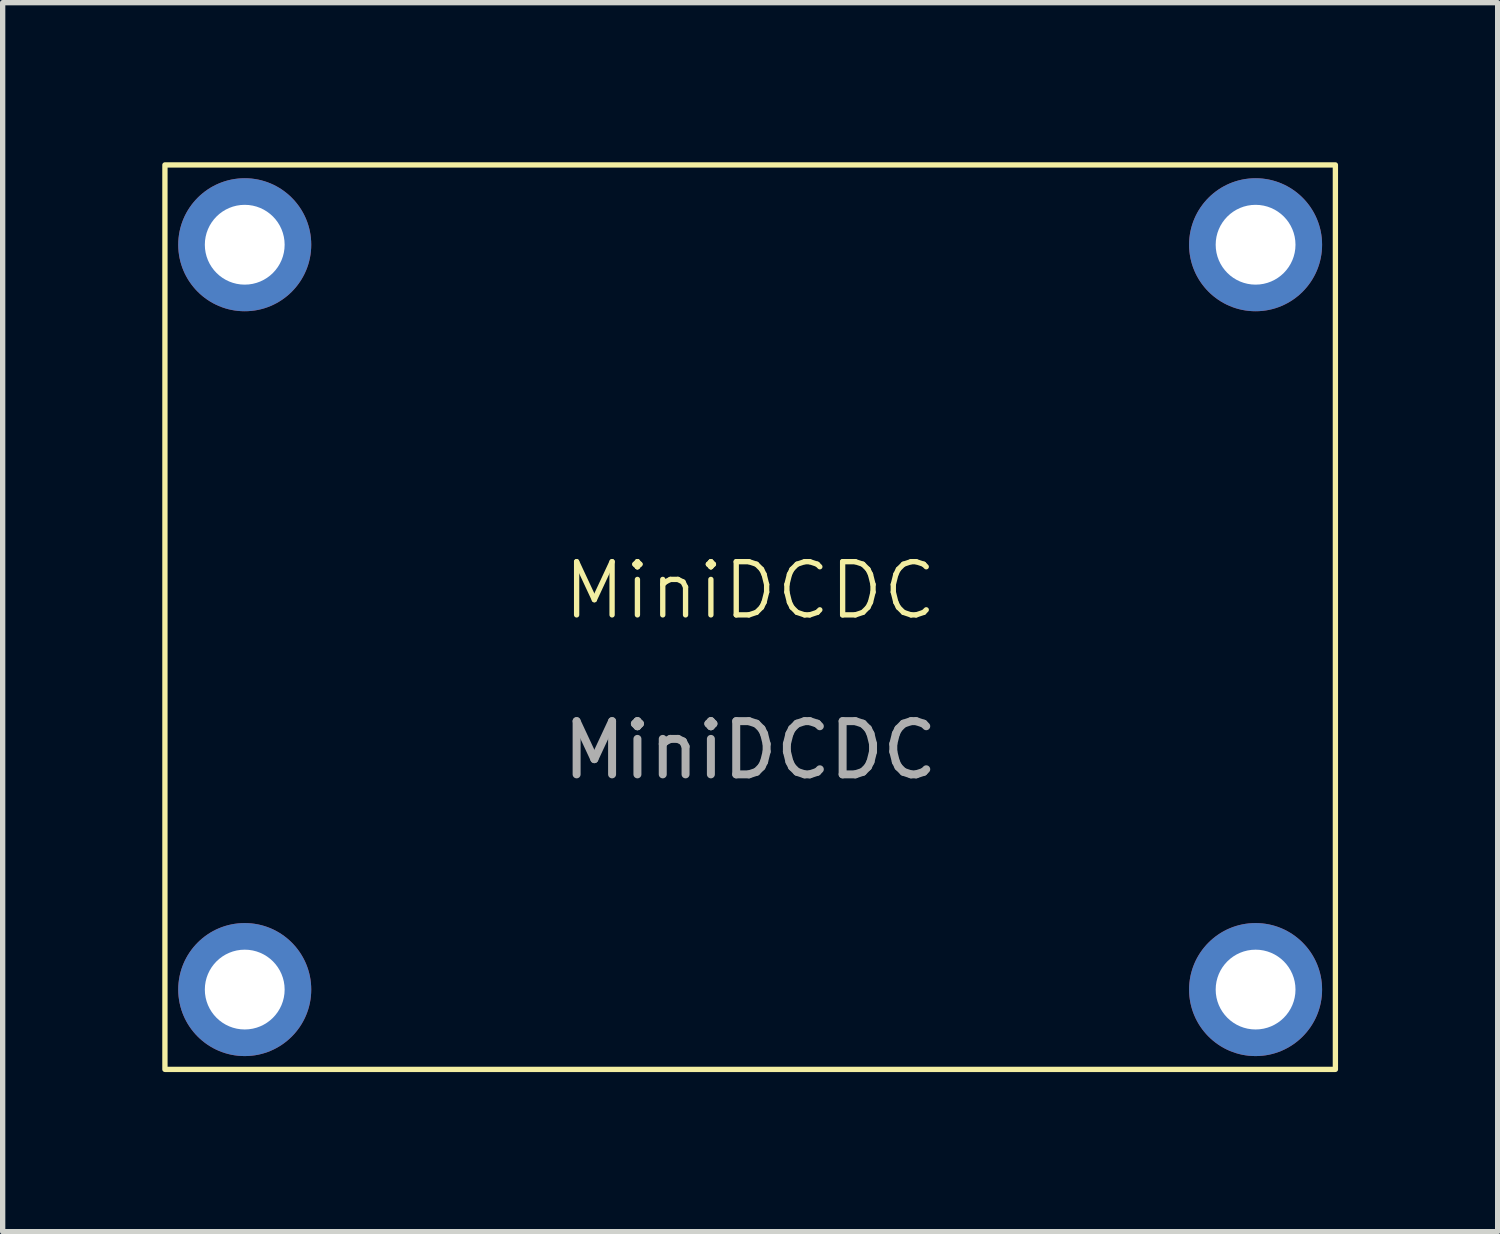
<source format=kicad_pcb>
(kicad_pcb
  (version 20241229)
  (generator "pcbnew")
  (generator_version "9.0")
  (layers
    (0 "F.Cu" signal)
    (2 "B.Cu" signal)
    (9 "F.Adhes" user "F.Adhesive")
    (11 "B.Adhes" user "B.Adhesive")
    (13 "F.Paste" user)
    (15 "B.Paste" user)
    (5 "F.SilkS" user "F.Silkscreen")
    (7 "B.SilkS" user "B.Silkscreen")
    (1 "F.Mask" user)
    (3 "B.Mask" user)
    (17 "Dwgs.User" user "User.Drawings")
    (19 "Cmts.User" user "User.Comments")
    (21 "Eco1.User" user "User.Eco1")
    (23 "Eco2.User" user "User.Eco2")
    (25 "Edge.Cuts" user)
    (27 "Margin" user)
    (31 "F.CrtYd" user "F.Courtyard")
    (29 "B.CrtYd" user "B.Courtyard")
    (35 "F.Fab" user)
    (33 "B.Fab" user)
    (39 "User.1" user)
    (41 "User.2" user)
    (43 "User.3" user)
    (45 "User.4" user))
  (footprint "MiniDCDC"
    (layer "F.Cu")
    (at 11.05 8.55)
    (property "Reference" "MiniDCDC" (at 0 -0.5 0) (unlocked yes) (layer "F.SilkS") (effects (font (size 1 1) (thickness 0.1))))
    (attr smd)
    (fp_rect (start -11 -8.5) (end 11 8.5) (stroke (width 0.1) (type default)) (fill no) (layer "F.SilkS"))
    (fp_text user "${REFERENCE}" (at 0 2.5 0) (unlocked yes) (layer "F.Fab") (effects (font (size 1 1) (thickness 0.15))))
    (pad "1" thru_hole circle (at 9.5 -7) (size 2.5 2.5) (drill 1.5) (layers "*.Cu" "*.Mask"))
    (pad "2" thru_hole circle (at 9.5 7) (size 2.5 2.5) (drill 1.5) (layers "*.Cu" "*.Mask"))
    (pad "3" thru_hole circle (at -9.5 -7) (size 2.5 2.5) (drill 1.5) (layers "*.Cu" "*.Mask"))
    (pad "4" thru_hole circle (at -9.5 7) (size 2.5 2.5) (drill 1.5) (layers "*.Cu" "*.Mask")))
  (gr_rect
    (start -3 -3)
    (end 25.1 20.1)
    (stroke (width 0.1) (type default))
    (fill no)
    (layer "Edge.Cuts")))
</source>
